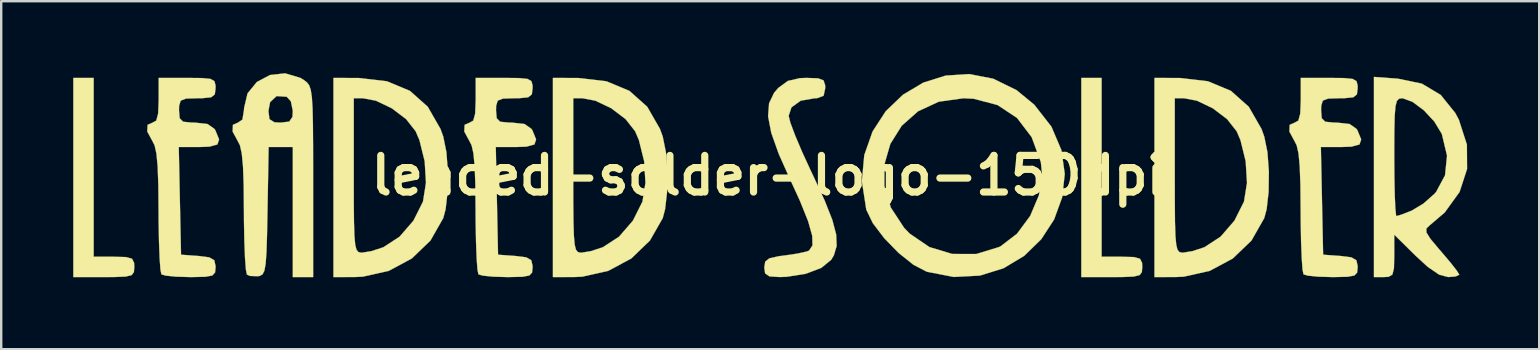
<source format=kicad_pcb>
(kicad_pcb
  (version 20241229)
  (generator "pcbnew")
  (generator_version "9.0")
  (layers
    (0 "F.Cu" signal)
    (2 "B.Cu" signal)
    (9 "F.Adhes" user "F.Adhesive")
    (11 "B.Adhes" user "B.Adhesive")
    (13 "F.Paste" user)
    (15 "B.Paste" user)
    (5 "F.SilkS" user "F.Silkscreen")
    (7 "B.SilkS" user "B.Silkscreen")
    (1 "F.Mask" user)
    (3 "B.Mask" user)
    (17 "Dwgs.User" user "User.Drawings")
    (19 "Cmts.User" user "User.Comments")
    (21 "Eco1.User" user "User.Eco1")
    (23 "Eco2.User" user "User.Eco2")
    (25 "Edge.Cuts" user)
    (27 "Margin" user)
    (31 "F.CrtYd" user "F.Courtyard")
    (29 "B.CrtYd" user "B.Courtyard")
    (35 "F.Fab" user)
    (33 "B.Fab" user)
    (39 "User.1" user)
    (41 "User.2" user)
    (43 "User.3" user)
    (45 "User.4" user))
  (footprint "leaded-solder-logo-150dpi"
    (layer "F.Cu")
    (at 28.961 4.26)
    (property "Reference" "leaded-solder-logo-150dpi" (at 0 0 0) (layer "F.SilkS") (effects (font (size 1.524 1.524) (thickness 0.3))))
    (attr through_hole)
    (fp_poly (pts (xy -28.109 3.387) (xy -27.263 3.387) (xy -26.76 3.4) (xy -26.509 3.47) (xy -26.424 3.64) (xy -26.416 3.81) (xy -26.432 4.025) (xy -26.527 4.152) (xy -26.772 4.212) (xy -27.24 4.232) (xy -27.686 4.233) (xy -28.956 4.233) (xy -28.956 -4.064) (xy -28.109 -4.064) (xy -28.109 3.387)) (stroke (width 0.01) (type solid)) (fill yes) (layer "F.SilkS"))
    (fp_poly (pts (xy 13.885 3.387) (xy 14.732 3.387) (xy 15.234 3.4) (xy 15.485 3.47) (xy 15.571 3.64) (xy 15.579 3.81) (xy 15.563 4.025) (xy 15.468 4.152) (xy 15.222 4.212) (xy 14.755 4.232) (xy 14.309 4.233) (xy 13.039 4.233) (xy 13.039 -4.064) (xy 13.885 -4.064) (xy 13.885 3.387)) (stroke (width 0.01) (type solid)) (fill yes) (layer "F.SilkS"))
    (fp_poly (pts (xy -17.06 -4.06) (xy -15.89 -3.924) (xy -14.933 -3.525) (xy -14.189 -2.862) (xy -13.658 -1.936) (xy -13.544 -1.62) (xy -13.412 -0.969) (xy -13.351 -0.159) (xy -13.362 0.678) (xy -13.446 1.409) (xy -13.544 1.777) (xy -14.078 2.713) (xy -14.854 3.459) (xy -15.814 3.974) (xy -16.897 4.217) (xy -17.23 4.232) (xy -18.119 4.233) (xy -18.119 -3.217) (xy -17.272 -3.217) (xy -17.272 0) (xy -17.271 1.117) (xy -17.263 1.94) (xy -17.245 2.515) (xy -17.212 2.885) (xy -17.158 3.095) (xy -17.079 3.191) (xy -16.97 3.217) (xy -16.928 3.217) (xy -16.535 3.153) (xy -16.055 2.996) (xy -16.031 2.986) (xy -15.364 2.551) (xy -14.787 1.884) (xy -14.391 1.095) (xy -14.387 1.082) (xy -14.264 0.308) (xy -14.318 -0.592) (xy -14.535 -1.469) (xy -14.694 -1.842) (xy -15.092 -2.347) (xy -15.688 -2.799) (xy -16.351 -3.115) (xy -16.885 -3.217) (xy -17.272 -3.217) (xy -18.119 -3.217) (xy -18.119 -4.064) (xy -17.06 -4.06)) (stroke (width 0.01) (type solid)) (fill yes) (layer "F.SilkS"))
    (fp_poly (pts (xy -7.916 -4.06) (xy -6.746 -3.924) (xy -5.789 -3.525) (xy -5.045 -2.862) (xy -4.514 -1.936) (xy -4.4 -1.62) (xy -4.268 -0.969) (xy -4.207 -0.159) (xy -4.218 0.678) (xy -4.302 1.409) (xy -4.4 1.777) (xy -4.934 2.713) (xy -5.71 3.459) (xy -6.67 3.974) (xy -7.753 4.217) (xy -8.086 4.232) (xy -8.975 4.233) (xy -8.975 -3.217) (xy -8.128 -3.217) (xy -8.128 0) (xy -8.127 1.117) (xy -8.119 1.94) (xy -8.101 2.515) (xy -8.068 2.885) (xy -8.014 3.095) (xy -7.935 3.191) (xy -7.826 3.217) (xy -7.784 3.217) (xy -7.391 3.153) (xy -6.911 2.996) (xy -6.887 2.986) (xy -6.22 2.551) (xy -5.643 1.884) (xy -5.247 1.095) (xy -5.243 1.082) (xy -5.12 0.308) (xy -5.174 -0.592) (xy -5.391 -1.469) (xy -5.55 -1.842) (xy -5.948 -2.347) (xy -6.544 -2.799) (xy -7.207 -3.115) (xy -7.741 -3.217) (xy -8.128 -3.217) (xy -8.975 -3.217) (xy -8.975 -4.064) (xy -7.916 -4.06)) (stroke (width 0.01) (type solid)) (fill yes) (layer "F.SilkS"))
    (fp_poly (pts (xy 17.145 -4.06) (xy 18.315 -3.924) (xy 19.272 -3.525) (xy 20.016 -2.862) (xy 20.547 -1.936) (xy 20.661 -1.62) (xy 20.794 -0.969) (xy 20.854 -0.159) (xy 20.843 0.678) (xy 20.76 1.409) (xy 20.661 1.777) (xy 20.128 2.713) (xy 19.351 3.459) (xy 18.391 3.974) (xy 17.308 4.217) (xy 16.976 4.232) (xy 16.087 4.233) (xy 16.087 -3.217) (xy 16.933 -3.217) (xy 16.933 0) (xy 16.935 1.117) (xy 16.942 1.94) (xy 16.96 2.515) (xy 16.994 2.885) (xy 17.047 3.095) (xy 17.126 3.191) (xy 17.235 3.217) (xy 17.277 3.217) (xy 17.67 3.153) (xy 18.15 2.996) (xy 18.174 2.986) (xy 18.841 2.551) (xy 19.418 1.884) (xy 19.814 1.095) (xy 19.818 1.082) (xy 19.942 0.308) (xy 19.887 -0.592) (xy 19.671 -1.469) (xy 19.511 -1.842) (xy 19.113 -2.347) (xy 18.517 -2.799) (xy 17.855 -3.115) (xy 17.321 -3.217) (xy 16.933 -3.217) (xy 16.087 -3.217) (xy 16.087 -4.064) (xy 17.145 -4.06)) (stroke (width 0.01) (type solid)) (fill yes) (layer "F.SilkS"))
    (fp_poly (pts (xy 2.074 -4.047) (xy 2.3 -3.962) (xy 2.367 -3.761) (xy 2.371 -3.641) (xy 2.303 -3.321) (xy 2.034 -3.22) (xy 1.936 -3.217) (xy 1.347 -3.115) (xy 0.963 -2.837) (xy 0.847 -2.485) (xy 0.918 -2.196) (xy 1.114 -1.674) (xy 1.406 -0.985) (xy 1.767 -0.199) (xy 1.863 0) (xy 2.346 1.043) (xy 2.664 1.848) (xy 2.827 2.463) (xy 2.846 2.939) (xy 2.731 3.325) (xy 2.62 3.512) (xy 2.207 3.85) (xy 1.554 4.097) (xy 0.754 4.223) (xy 0.466 4.232) (xy 0.046 4.205) (xy -0.134 4.081) (xy -0.169 3.834) (xy -0.13 3.59) (xy 0.044 3.451) (xy 0.438 3.364) (xy 0.681 3.333) (xy 1.205 3.256) (xy 1.59 3.171) (xy 1.697 3.13) (xy 1.84 2.913) (xy 1.829 2.514) (xy 1.657 1.904) (xy 1.316 1.056) (xy 0.931 0.216) (xy 0.433 -0.899) (xy 0.121 -1.778) (xy -0.011 -2.467) (xy 0.031 -3.008) (xy 0.241 -3.446) (xy 0.416 -3.648) (xy 0.814 -3.939) (xy 1.319 -4.055) (xy 1.601 -4.064) (xy 2.074 -4.047)) (stroke (width 0.01) (type solid)) (fill yes) (layer "F.SilkS"))
    (fp_poly (pts (xy 9.37 -4.03) (xy 10.339 -3.556) (xy 11.078 -2.95) (xy 11.793 -2.034) (xy 12.209 -1.06) (xy 12.35 -0.065) (xy 12.241 0.912) (xy 11.907 1.832) (xy 11.372 2.656) (xy 10.662 3.347) (xy 9.801 3.865) (xy 8.814 4.172) (xy 7.725 4.229) (xy 6.604 4.012) (xy 6.046 3.722) (xy 5.424 3.226) (xy 4.83 2.616) (xy 4.352 1.985) (xy 4.081 1.425) (xy 4.08 1.423) (xy 3.928 0.439) (xy 4.835 0.439) (xy 5.102 1.337) (xy 5.656 2.181) (xy 5.892 2.426) (xy 6.712 2.984) (xy 7.663 3.27) (xy 8.66 3.273) (xy 9.615 2.981) (xy 9.677 2.95) (xy 10.36 2.428) (xy 10.908 1.688) (xy 11.272 0.829) (xy 11.406 -0.049) (xy 11.353 -0.556) (xy 10.971 -1.595) (xy 10.363 -2.394) (xy 9.551 -2.933) (xy 8.558 -3.195) (xy 8.13 -3.217) (xy 7.1 -3.073) (xy 6.236 -2.673) (xy 5.557 -2.071) (xy 5.083 -1.317) (xy 4.836 -0.463) (xy 4.835 0.439) (xy 3.928 0.439) (xy 3.897 0.244) (xy 3.997 -0.849) (xy 4.342 -1.831) (xy 4.892 -2.677) (xy 5.609 -3.364) (xy 6.454 -3.867) (xy 7.388 -4.161) (xy 8.373 -4.224) (xy 9.37 -4.03)) (stroke (width 0.01) (type solid)) (fill yes) (layer "F.SilkS"))
    (fp_poly (pts (xy -23.595 -4.058) (xy -23.241 -4.022) (xy -23.078 -3.929) (xy -23.031 -3.754) (xy -23.029 -3.641) (xy -23.061 -3.379) (xy -23.216 -3.256) (xy -23.586 -3.219) (xy -23.791 -3.217) (xy -24.26 -3.203) (xy -24.482 -3.118) (xy -24.549 -2.901) (xy -24.553 -2.709) (xy -24.526 -2.383) (xy -24.38 -2.238) (xy -24.017 -2.202) (xy -23.882 -2.201) (xy -23.363 -2.142) (xy -23.075 -1.939) (xy -23.035 -1.874) (xy -22.883 -1.501) (xy -22.953 -1.291) (xy -23.288 -1.2) (xy -23.712 -1.185) (xy -24.563 -1.185) (xy -24.516 1.058) (xy -24.469 3.302) (xy -23.749 3.354) (xy -23.293 3.411) (xy -23.084 3.532) (xy -23.03 3.776) (xy -23.029 3.82) (xy -23.051 4.044) (xy -23.166 4.168) (xy -23.453 4.221) (xy -23.988 4.233) (xy -24.102 4.233) (xy -24.677 4.217) (xy -25.108 4.173) (xy -25.287 4.12) (xy -25.327 3.92) (xy -25.361 3.443) (xy -25.387 2.75) (xy -25.403 1.905) (xy -25.405 1.453) (xy -25.415 0.391) (xy -25.443 -0.382) (xy -25.494 -0.914) (xy -25.57 -1.254) (xy -25.659 -1.429) (xy -25.876 -1.83) (xy -25.862 -2.109) (xy -25.654 -2.201) (xy -25.501 -2.285) (xy -25.422 -2.578) (xy -25.4 -3.133) (xy -25.4 -4.064) (xy -24.215 -4.064) (xy -23.595 -4.058)) (stroke (width 0.01) (type solid)) (fill yes) (layer "F.SilkS"))
    (fp_poly (pts (xy -10.387 -4.058) (xy -10.033 -4.022) (xy -9.87 -3.929) (xy -9.823 -3.754) (xy -9.821 -3.641) (xy -9.853 -3.379) (xy -10.008 -3.256) (xy -10.378 -3.219) (xy -10.583 -3.217) (xy -11.052 -3.203) (xy -11.274 -3.118) (xy -11.341 -2.901) (xy -11.345 -2.709) (xy -11.318 -2.383) (xy -11.172 -2.238) (xy -10.809 -2.202) (xy -10.674 -2.201) (xy -10.155 -2.142) (xy -9.867 -1.939) (xy -9.827 -1.874) (xy -9.675 -1.501) (xy -9.745 -1.291) (xy -10.08 -1.2) (xy -10.504 -1.185) (xy -11.355 -1.185) (xy -11.308 1.058) (xy -11.261 3.302) (xy -10.541 3.354) (xy -10.085 3.411) (xy -9.876 3.532) (xy -9.822 3.776) (xy -9.821 3.82) (xy -9.843 4.044) (xy -9.958 4.168) (xy -10.245 4.221) (xy -10.78 4.233) (xy -10.894 4.233) (xy -11.469 4.217) (xy -11.9 4.173) (xy -12.079 4.12) (xy -12.119 3.92) (xy -12.153 3.443) (xy -12.179 2.75) (xy -12.195 1.905) (xy -12.197 1.453) (xy -12.207 0.391) (xy -12.235 -0.382) (xy -12.286 -0.914) (xy -12.362 -1.254) (xy -12.451 -1.429) (xy -12.668 -1.83) (xy -12.654 -2.109) (xy -12.446 -2.201) (xy -12.293 -2.285) (xy -12.214 -2.578) (xy -12.192 -3.133) (xy -12.192 -4.064) (xy -11.007 -4.064) (xy -10.387 -4.058)) (stroke (width 0.01) (type solid)) (fill yes) (layer "F.SilkS"))
    (fp_poly (pts (xy 23.987 -4.058) (xy 24.342 -4.022) (xy 24.505 -3.929) (xy 24.551 -3.754) (xy 24.553 -3.641) (xy 24.522 -3.379) (xy 24.367 -3.256) (xy 23.997 -3.219) (xy 23.791 -3.217) (xy 23.323 -3.203) (xy 23.101 -3.118) (xy 23.034 -2.901) (xy 23.029 -2.709) (xy 23.056 -2.383) (xy 23.203 -2.238) (xy 23.566 -2.202) (xy 23.701 -2.201) (xy 24.22 -2.142) (xy 24.507 -1.939) (xy 24.547 -1.874) (xy 24.7 -1.501) (xy 24.629 -1.291) (xy 24.294 -1.2) (xy 23.871 -1.185) (xy 23.02 -1.185) (xy 23.067 1.058) (xy 23.114 3.302) (xy 23.834 3.354) (xy 24.29 3.411) (xy 24.499 3.532) (xy 24.553 3.776) (xy 24.553 3.82) (xy 24.532 4.044) (xy 24.417 4.168) (xy 24.13 4.221) (xy 23.594 4.233) (xy 23.481 4.233) (xy 22.906 4.217) (xy 22.475 4.173) (xy 22.296 4.12) (xy 22.256 3.92) (xy 22.222 3.443) (xy 22.195 2.75) (xy 22.18 1.905) (xy 22.177 1.453) (xy 22.167 0.391) (xy 22.139 -0.382) (xy 22.089 -0.914) (xy 22.012 -1.254) (xy 21.923 -1.429) (xy 21.707 -1.83) (xy 21.721 -2.109) (xy 21.929 -2.201) (xy 22.082 -2.285) (xy 22.161 -2.578) (xy 22.183 -3.133) (xy 22.183 -4.064) (xy 23.368 -4.064) (xy 23.987 -4.058)) (stroke (width 0.01) (type solid)) (fill yes) (layer "F.SilkS"))
    (fp_poly (pts (xy -19.497 -4.066) (xy -19.342 -3.97) (xy -19.222 -3.877) (xy -19.131 -3.758) (xy -19.065 -3.57) (xy -19.019 -3.271) (xy -18.99 -2.816) (xy -18.974 -2.162) (xy -18.967 -1.268) (xy -18.965 -0.088) (xy -18.965 0.264) (xy -18.965 4.233) (xy -19.812 4.233) (xy -19.812 -1.185) (xy -20.819 -1.185) (xy -20.866 1.482) (xy -20.886 2.487) (xy -20.909 3.203) (xy -20.944 3.681) (xy -20.996 3.97) (xy -21.074 4.121) (xy -21.184 4.184) (xy -21.258 4.198) (xy -21.595 4.187) (xy -21.724 4.128) (xy -21.766 3.924) (xy -21.803 3.445) (xy -21.83 2.751) (xy -21.847 1.904) (xy -21.849 1.453) (xy -21.859 0.391) (xy -21.887 -0.382) (xy -21.938 -0.914) (xy -22.014 -1.254) (xy -22.103 -1.429) (xy -22.32 -1.83) (xy -22.306 -2.109) (xy -22.098 -2.201) (xy -21.911 -2.328) (xy -21.852 -2.691) (xy -20.828 -2.691) (xy -20.784 -2.344) (xy -20.58 -2.216) (xy -20.32 -2.201) (xy -19.96 -2.244) (xy -19.827 -2.44) (xy -19.812 -2.691) (xy -19.893 -3.088) (xy -20.066 -3.279) (xy -20.488 -3.307) (xy -20.758 -3.054) (xy -20.828 -2.691) (xy -21.852 -2.691) (xy -21.845 -2.734) (xy -21.844 -2.802) (xy -21.697 -3.422) (xy -21.309 -3.895) (xy -20.76 -4.186) (xy -20.13 -4.255) (xy -19.497 -4.066)) (stroke (width 0.01) (type solid)) (fill yes) (layer "F.SilkS"))
    (fp_poly (pts (xy 26.23 -4.032) (xy 27.225 -3.826) (xy 28.013 -3.355) (xy 28.619 -2.604) (xy 28.769 -2.322) (xy 29.104 -1.284) (xy 29.111 -0.269) (xy 28.799 0.686) (xy 28.18 1.543) (xy 27.556 2.075) (xy 27.417 2.208) (xy 27.416 2.372) (xy 27.581 2.637) (xy 27.943 3.07) (xy 28.022 3.16) (xy 28.405 3.611) (xy 28.679 3.96) (xy 28.787 4.132) (xy 28.787 4.134) (xy 28.64 4.206) (xy 28.326 4.233) (xy 27.946 4.132) (xy 27.468 3.806) (xy 26.972 3.35) (xy 26.077 2.467) (xy 26.077 3.35) (xy 26.065 3.866) (xy 26 4.129) (xy 25.843 4.222) (xy 25.654 4.233) (xy 25.231 4.233) (xy 25.231 -0.762) (xy 26.077 -0.762) (xy 26.083 0.106) (xy 26.099 0.839) (xy 26.123 1.378) (xy 26.153 1.664) (xy 26.167 1.693) (xy 26.369 1.634) (xy 26.746 1.489) (xy 26.81 1.462) (xy 27.29 1.174) (xy 27.755 0.762) (xy 27.821 0.687) (xy 28.193 -0.007) (xy 28.276 -0.826) (xy 28.064 -1.71) (xy 28.048 -1.749) (xy 27.746 -2.247) (xy 27.309 -2.716) (xy 26.836 -3.068) (xy 26.424 -3.217) (xy 26.403 -3.217) (xy 26.276 -3.197) (xy 26.187 -3.104) (xy 26.129 -2.885) (xy 26.096 -2.491) (xy 26.081 -1.87) (xy 26.077 -0.971) (xy 26.077 -0.762) (xy 25.231 -0.762) (xy 25.231 -4.105) (xy 26.23 -4.032)) (stroke (width 0.01) (type solid)) (fill yes) (layer "F.SilkS")))
  (gr_rect
    (start -3 -3)
    (end 61.077 11.498)
    (stroke (width 0.1) (type default))
    (fill no)
    (layer "Edge.Cuts")))
</source>
